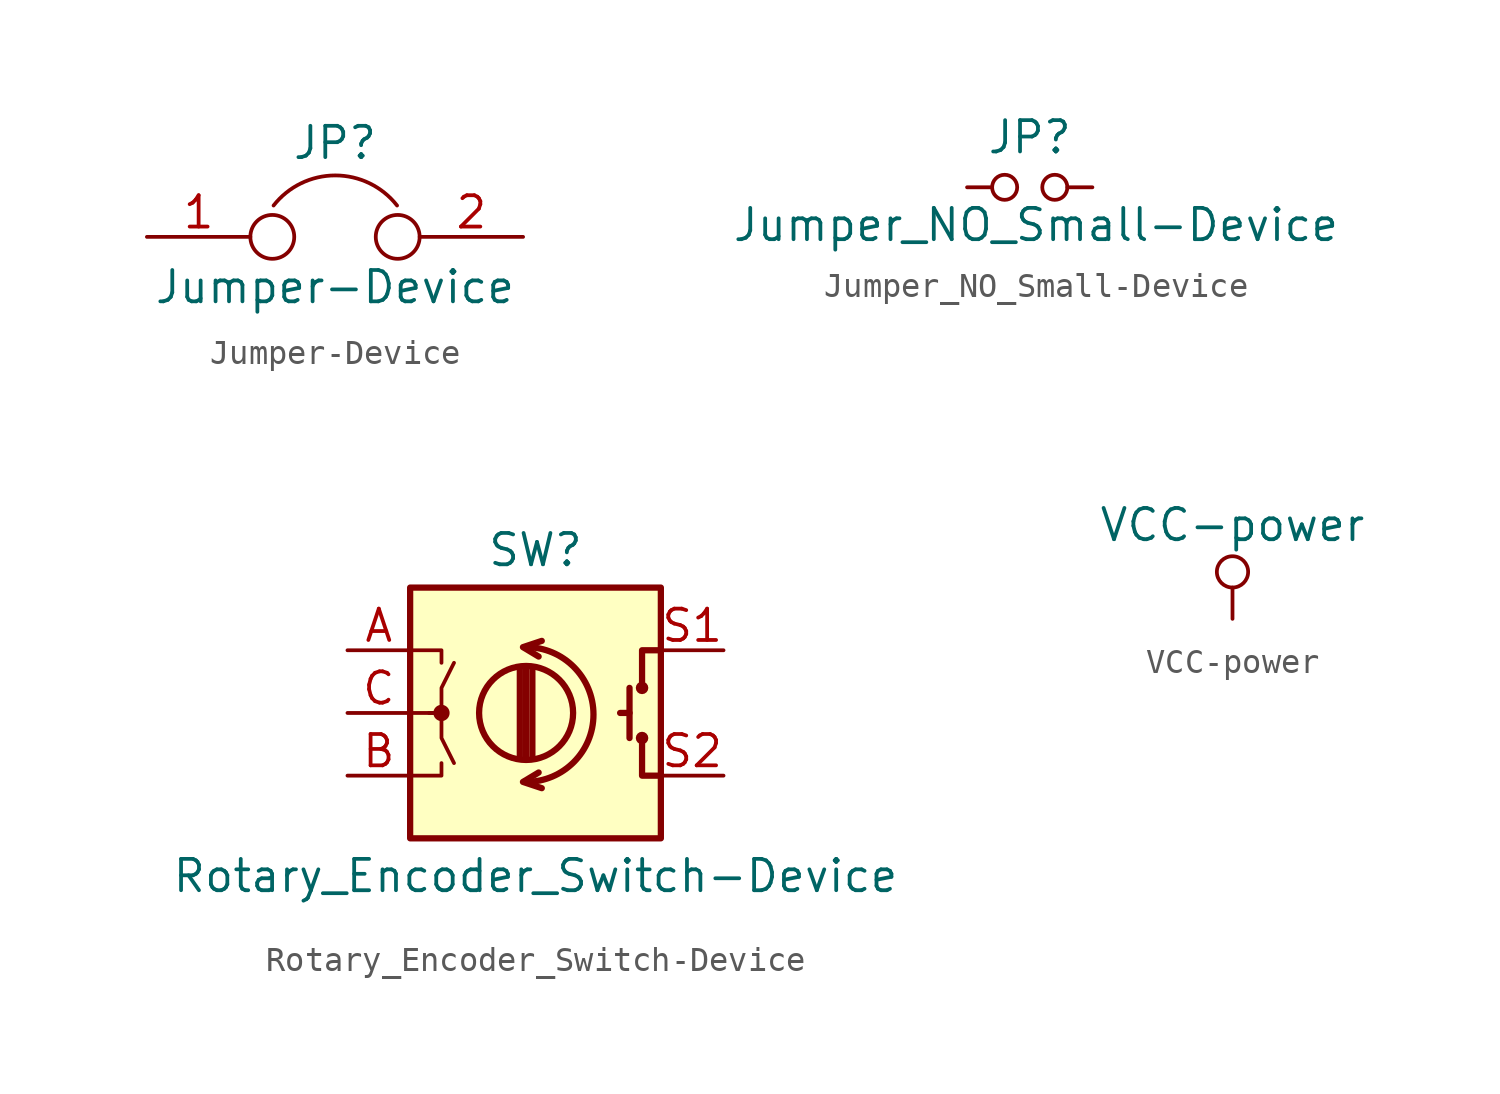
<source format=kicad_sym>
(kicad_symbol_lib
  (version 20241209)
  (generator "kicad_symbol_editor")
  (generator_version "9.0")
  (symbol "Jumper-Device"
    (pin_names
      (offset 0.762)
      (hide yes))
    (property "Reference" "JP"
      (at 0 3.81 0)
      (effects (font (size 1.27 1.27))))
    (property "Value" "Jumper-Device"
      (at 0 -2.032 0)
      (effects (font (size 1.27 1.27))))
    (symbol "Jumper-Device_0_1"
      (circle (center -2.54 0) (radius 0.889) (stroke (width 0) (type solid)) (fill (type none)))
      (arc (start -2.4892 1.27) (mid 0.0077 2.4896) (end 2.5146 1.27) (stroke (width 0) (type solid)) (fill (type none)))
      (circle (center 2.54 0) (radius 0.889) (stroke (width 0) (type solid)) (fill (type none)))
      (pin passive line (at -7.62 0 0) (length 4.191) (name "1" (effects (font (size 1.27 1.27)))) (number "1" (effects (font (size 1.27 1.27)))))
      (pin passive line (at 7.62 0 180) (length 4.191) (name "2" (effects (font (size 1.27 1.27)))) (number "2" (effects (font (size 1.27 1.27)))))))
  (symbol "Jumper_NO_Small-Device"
    (pin_numbers
      (hide yes))
    (pin_names
      (offset 0.762)
      (hide yes))
    (property "Reference" "JP"
      (at 0 2.032 0)
      (effects (font (size 1.27 1.27))))
    (property "Value" "Jumper_NO_Small-Device"
      (at 0.254 -1.524 0)
      (effects (font (size 1.27 1.27))))
    (symbol "Jumper_NO_Small-Device_0_1"
      (circle (center -1.016 0) (radius 0.508) (stroke (width 0) (type solid)) (fill (type none)))
      (circle (center 1.016 0) (radius 0.508) (stroke (width 0) (type solid)) (fill (type none)))
      (pin passive line (at -2.54 0 0) (length 1.016) (name "1" (effects (font (size 1.27 1.27)))) (number "1" (effects (font (size 1.27 1.27)))))
      (pin passive line (at 2.54 0 180) (length 1.016) (name "2" (effects (font (size 1.27 1.27)))) (number "2" (effects (font (size 1.27 1.27)))))))
  (symbol "Rotary_Encoder_Switch-Device"
    (pin_names
      (offset 0.254)
      (hide yes))
    (property "Reference" "SW"
      (at 0 6.604 0)
      (effects (font (size 1.27 1.27))))
    (property "Value" "Rotary_Encoder_Switch-Device"
      (at 0 -6.604 0)
      (effects (font (size 1.27 1.27))))
    (symbol "Rotary_Encoder_Switch-Device_0_1"
      (rectangle (start -5.08 5.08) (end 5.08 -5.08) (stroke (width 0.254) (type solid)) (fill (type background)))
      (polyline (pts (xy -5.08 2.54) (xy -3.81 2.54) (xy -3.81 2.032)) (stroke (width 0) (type solid)) (fill (type none)))
      (polyline (pts (xy -5.08 0) (xy -3.81 0) (xy -3.81 -1.016) (xy -3.302 -2.032)) (stroke (width 0) (type solid)) (fill (type none)))
      (polyline (pts (xy -5.08 -2.54) (xy -3.81 -2.54) (xy -3.81 -2.032)) (stroke (width 0) (type solid)) (fill (type none)))
      (polyline (pts (xy -4.318 0) (xy -3.81 0) (xy -3.81 1.016) (xy -3.302 2.032)) (stroke (width 0) (type solid)) (fill (type none)))
      (circle (center -3.81 0) (radius 0.254) (stroke (width 0) (type solid)) (fill (type outline)))
      (polyline (pts (xy -0.635 -1.778) (xy -0.635 1.778)) (stroke (width 0.254) (type solid)) (fill (type none)))
      (circle (center -0.381 0) (radius 1.905) (stroke (width 0.254) (type solid)) (fill (type none)))
      (arc (start -0.381 2.667) (mid 2.3368 -0.0508) (end -0.381 -2.794) (stroke (width 0.254) (type solid)) (fill (type none)))
      (polyline (pts (xy -0.381 -1.778) (xy -0.381 1.778)) (stroke (width 0.254) (type solid)) (fill (type none)))
      (polyline (pts (xy -0.127 1.778) (xy -0.127 -1.778)) (stroke (width 0.254) (type solid)) (fill (type none)))
      (polyline (pts (xy 0.254 2.921) (xy -0.508 2.667) (xy 0.127 2.286)) (stroke (width 0.254) (type solid)) (fill (type none)))
      (polyline (pts (xy 0.254 -3.048) (xy -0.508 -2.794) (xy 0.127 -2.413)) (stroke (width 0.254) (type solid)) (fill (type none)))
      (polyline (pts (xy 3.81 1.016) (xy 3.81 -1.016)) (stroke (width 0.254) (type solid)) (fill (type none)))
      (polyline (pts (xy 3.81 0) (xy 3.429 0)) (stroke (width 0.254) (type solid)) (fill (type none)))
      (circle (center 4.318 1.016) (radius 0.127) (stroke (width 0.254) (type solid)) (fill (type none)))
      (circle (center 4.318 -1.016) (radius 0.127) (stroke (width 0.254) (type solid)) (fill (type none)))
      (polyline (pts (xy 5.08 2.54) (xy 4.318 2.54) (xy 4.318 1.016)) (stroke (width 0.254) (type solid)) (fill (type none)))
      (polyline (pts (xy 5.08 -2.54) (xy 4.318 -2.54) (xy 4.318 -1.016)) (stroke (width 0.254) (type solid)) (fill (type none))))
    (symbol "Rotary_Encoder_Switch-Device_1_1"
      (pin passive line (at -7.62 2.54 0) (length 2.54) (name "A" (effects (font (size 1.27 1.27)))) (number "A" (effects (font (size 1.27 1.27)))))
      (pin passive line (at -7.62 0 0) (length 2.54) (name "C" (effects (font (size 1.27 1.27)))) (number "C" (effects (font (size 1.27 1.27)))))
      (pin passive line (at -7.62 -2.54 0) (length 2.54) (name "B" (effects (font (size 1.27 1.27)))) (number "B" (effects (font (size 1.27 1.27)))))
      (pin passive line (at 7.62 2.54 180) (length 2.54) (name "S1" (effects (font (size 1.27 1.27)))) (number "S1" (effects (font (size 1.27 1.27)))))
      (pin passive line (at 7.62 -2.54 180) (length 2.54) (name "S2" (effects (font (size 1.27 1.27)))) (number "S2" (effects (font (size 1.27 1.27)))))))
  (symbol "VCC-power"
    (power)
    (pin_names
      (offset 0))
    (property "Reference" "#PWR"
      (at 0 -3.81 0)
      (effects (font (size 1.27 1.27)) (hide yes)))
    (property "Value" "VCC-power"
      (at 0 3.81 0)
      (effects (font (size 1.27 1.27))))
    (symbol "VCC-power_0_1"
      (circle (center 0 1.905) (radius 0.635) (stroke (width 0) (type solid)) (fill (type none)))
      (polyline (pts (xy 0 0) (xy 0 1.27)) (stroke (width 0) (type solid)) (fill (type none))))
    (symbol "VCC-power_1_1"
      (pin power_in line (at 0 0 90) (length 0) (hide yes) (name "VCC" (effects (font (size 1.27 1.27)))) (number "1" (effects (font (size 1.27 1.27))))))))
</source>
